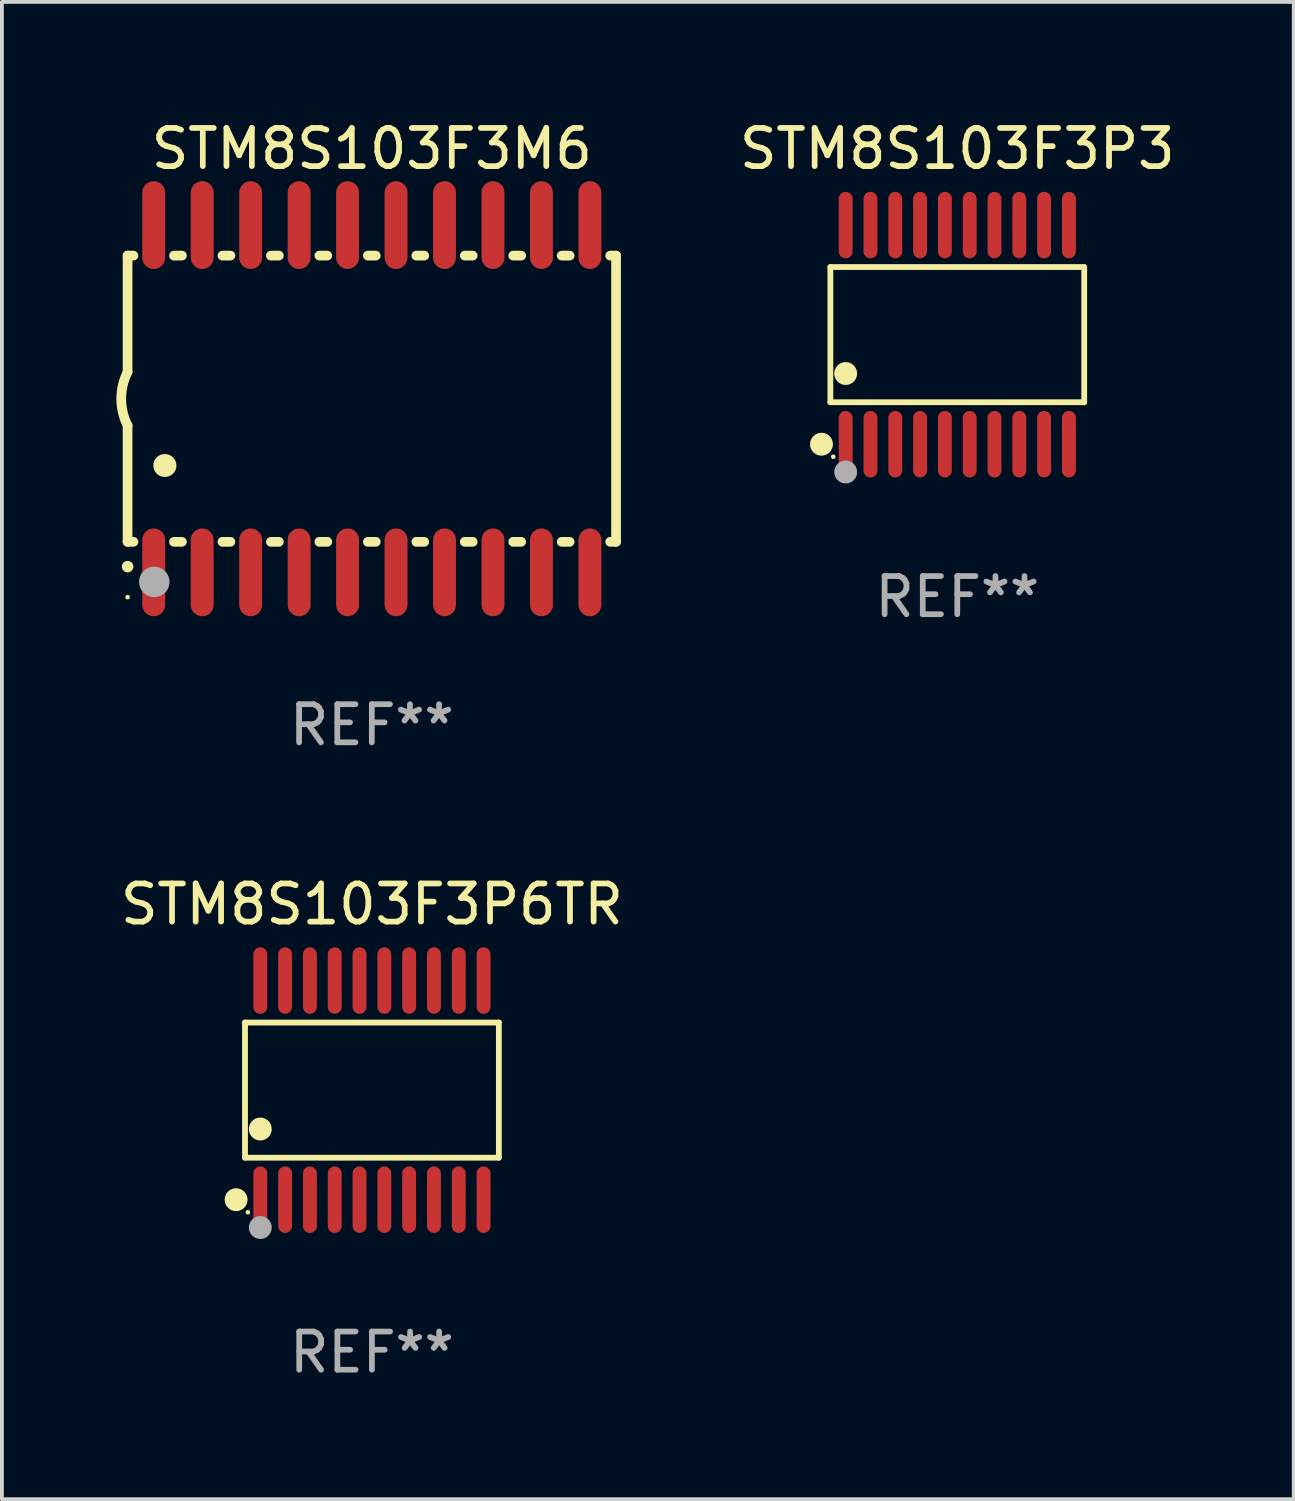
<source format=kicad_pcb>
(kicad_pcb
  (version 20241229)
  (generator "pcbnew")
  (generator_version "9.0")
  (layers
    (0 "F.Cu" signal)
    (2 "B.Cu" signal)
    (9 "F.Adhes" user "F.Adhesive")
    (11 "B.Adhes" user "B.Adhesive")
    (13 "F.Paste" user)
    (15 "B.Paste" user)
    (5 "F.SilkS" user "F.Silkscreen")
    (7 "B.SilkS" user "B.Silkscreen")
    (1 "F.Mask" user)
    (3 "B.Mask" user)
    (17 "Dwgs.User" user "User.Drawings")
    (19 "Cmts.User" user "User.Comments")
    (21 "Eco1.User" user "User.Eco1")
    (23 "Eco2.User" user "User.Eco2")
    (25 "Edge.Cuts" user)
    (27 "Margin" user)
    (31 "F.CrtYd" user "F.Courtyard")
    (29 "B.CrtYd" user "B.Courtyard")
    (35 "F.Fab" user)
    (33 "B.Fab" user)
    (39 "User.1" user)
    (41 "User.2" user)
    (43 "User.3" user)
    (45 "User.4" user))
  (footprint "STM8S103F3P6TR"
    (layer "F.Cu")
    (at 6.696 25.516)
    (property "Reference" "STM8S103F3P6TR" (at 0 -4.871 0) (layer "F.SilkS") (effects (font (size 1 1) (thickness 0.15))))
    (attr through_hole)
    (fp_line (start -3.326 -1.771) (end 3.326 -1.771) (stroke (width 0.152) (type solid)) (layer "F.SilkS"))
    (fp_line (start -3.326 1.771) (end -3.326 -1.771) (stroke (width 0.152) (type solid)) (layer "F.SilkS"))
    (fp_line (start 3.326 -1.771) (end 3.326 1.771) (stroke (width 0.152) (type solid)) (layer "F.SilkS"))
    (fp_line (start 3.326 1.771) (end -3.326 1.771) (stroke (width 0.152) (type solid)) (layer "F.SilkS"))
    (fp_circle (center -3.559 2.871) (end -3.409 2.871) (stroke (width 0.3) (type solid)) (fill no) (layer "F.SilkS"))
    (fp_circle (center -3.25 3.2) (end -3.22 3.2) (stroke (width 0.06) (type solid)) (fill no) (layer "F.SilkS"))
    (fp_circle (center -2.925 1.019) (end -2.775 1.019) (stroke (width 0.3) (type solid)) (fill no) (layer "F.SilkS"))
    (fp_circle (center -2.925 3.6) (end -2.775 3.6) (stroke (width 0.3) (type solid)) (fill no) (layer "F.Fab"))
    (fp_text user "REF**" (at 0 6.871 0) (layer "F.Fab") (effects (font (size 1 1) (thickness 0.15))))
    (pad "1" smd oval (at -2.925 2.871) (size 0.364 1.742) (layers "F.Cu" "F.Mask" "F.Paste"))
    (pad "2" smd oval (at -2.275 2.871) (size 0.364 1.742) (layers "F.Cu" "F.Mask" "F.Paste"))
    (pad "3" smd oval (at -1.625 2.871) (size 0.364 1.742) (layers "F.Cu" "F.Mask" "F.Paste"))
    (pad "4" smd oval (at -0.975 2.871) (size 0.364 1.742) (layers "F.Cu" "F.Mask" "F.Paste"))
    (pad "5" smd oval (at -0.325 2.871) (size 0.364 1.742) (layers "F.Cu" "F.Mask" "F.Paste"))
    (pad "6" smd oval (at 0.325 2.871) (size 0.364 1.742) (layers "F.Cu" "F.Mask" "F.Paste"))
    (pad "7" smd oval (at 0.975 2.871) (size 0.364 1.742) (layers "F.Cu" "F.Mask" "F.Paste"))
    (pad "8" smd oval (at 1.625 2.871) (size 0.364 1.742) (layers "F.Cu" "F.Mask" "F.Paste"))
    (pad "9" smd oval (at 2.275 2.871) (size 0.364 1.742) (layers "F.Cu" "F.Mask" "F.Paste"))
    (pad "10" smd oval (at 2.925 2.871) (size 0.364 1.742) (layers "F.Cu" "F.Mask" "F.Paste"))
    (pad "11" smd oval (at 2.925 -2.871) (size 0.364 1.742) (layers "F.Cu" "F.Mask" "F.Paste"))
    (pad "12" smd oval (at 2.275 -2.871) (size 0.364 1.742) (layers "F.Cu" "F.Mask" "F.Paste"))
    (pad "13" smd oval (at 1.625 -2.871) (size 0.364 1.742) (layers "F.Cu" "F.Mask" "F.Paste"))
    (pad "14" smd oval (at 0.975 -2.871) (size 0.364 1.742) (layers "F.Cu" "F.Mask" "F.Paste"))
    (pad "15" smd oval (at 0.325 -2.871) (size 0.364 1.742) (layers "F.Cu" "F.Mask" "F.Paste"))
    (pad "16" smd oval (at -0.325 -2.871) (size 0.364 1.742) (layers "F.Cu" "F.Mask" "F.Paste"))
    (pad "17" smd oval (at -0.975 -2.871) (size 0.364 1.742) (layers "F.Cu" "F.Mask" "F.Paste"))
    (pad "18" smd oval (at -1.625 -2.871) (size 0.364 1.742) (layers "F.Cu" "F.Mask" "F.Paste"))
    (pad "19" smd oval (at -2.275 -2.871) (size 0.364 1.742) (layers "F.Cu" "F.Mask" "F.Paste"))
    (pad "20" smd oval (at -2.925 -2.871) (size 0.364 1.742) (layers "F.Cu" "F.Mask" "F.Paste")))
  (footprint "STM8S103F3M6"
    (layer "F.Cu")
    (at 6.693 7.398)
    (property "Reference" "STM8S103F3M6" (at 0 -6.55 0) (layer "F.SilkS") (effects (font (size 1 1) (thickness 0.15))))
    (attr through_hole)
    (fp_line (start -6.4 -3.75) (end -6.4 -0.7) (stroke (width 0.254) (type solid)) (layer "F.SilkS"))
    (fp_line (start -6.4 -3.75) (end -6.246 -3.75) (stroke (width 0.254) (type solid)) (layer "F.SilkS"))
    (fp_line (start -6.4 3.75) (end -6.4 0.7) (stroke (width 0.254) (type solid)) (layer "F.SilkS"))
    (fp_line (start -6.246 3.75) (end -6.4 3.75) (stroke (width 0.254) (type solid)) (layer "F.SilkS"))
    (fp_line (start -5.184 -3.75) (end -4.976 -3.75) (stroke (width 0.254) (type solid)) (layer "F.SilkS"))
    (fp_line (start -4.976 3.75) (end -5.184 3.75) (stroke (width 0.254) (type solid)) (layer "F.SilkS"))
    (fp_line (start -3.914 -3.75) (end -3.706 -3.75) (stroke (width 0.254) (type solid)) (layer "F.SilkS"))
    (fp_line (start -3.706 3.75) (end -3.914 3.75) (stroke (width 0.254) (type solid)) (layer "F.SilkS"))
    (fp_line (start -2.644 -3.75) (end -2.436 -3.75) (stroke (width 0.254) (type solid)) (layer "F.SilkS"))
    (fp_line (start -2.436 3.75) (end -2.644 3.75) (stroke (width 0.254) (type solid)) (layer "F.SilkS"))
    (fp_line (start -1.374 -3.75) (end -1.166 -3.75) (stroke (width 0.254) (type solid)) (layer "F.SilkS"))
    (fp_line (start -1.166 3.75) (end -1.374 3.75) (stroke (width 0.254) (type solid)) (layer "F.SilkS"))
    (fp_line (start -0.104 -3.75) (end 0.104 -3.75) (stroke (width 0.254) (type solid)) (layer "F.SilkS"))
    (fp_line (start 0.104 3.75) (end -0.104 3.75) (stroke (width 0.254) (type solid)) (layer "F.SilkS"))
    (fp_line (start 1.166 -3.75) (end 1.374 -3.75) (stroke (width 0.254) (type solid)) (layer "F.SilkS"))
    (fp_line (start 1.374 3.75) (end 1.166 3.75) (stroke (width 0.254) (type solid)) (layer "F.SilkS"))
    (fp_line (start 2.436 -3.75) (end 2.644 -3.75) (stroke (width 0.254) (type solid)) (layer "F.SilkS"))
    (fp_line (start 2.644 3.75) (end 2.436 3.75) (stroke (width 0.254) (type solid)) (layer "F.SilkS"))
    (fp_line (start 3.706 -3.75) (end 3.914 -3.75) (stroke (width 0.254) (type solid)) (layer "F.SilkS"))
    (fp_line (start 3.914 3.75) (end 3.706 3.75) (stroke (width 0.254) (type solid)) (layer "F.SilkS"))
    (fp_line (start 4.976 -3.75) (end 5.184 -3.75) (stroke (width 0.254) (type solid)) (layer "F.SilkS"))
    (fp_line (start 5.184 3.75) (end 4.976 3.75) (stroke (width 0.254) (type solid)) (layer "F.SilkS"))
    (fp_line (start 6.246 -3.75) (end 6.4 -3.75) (stroke (width 0.254) (type solid)) (layer "F.SilkS"))
    (fp_line (start 6.4 -3.75) (end 6.4 3.75) (stroke (width 0.254) (type solid)) (layer "F.SilkS"))
    (fp_line (start 6.4 3.75) (end 6.246 3.75) (stroke (width 0.254) (type solid)) (layer "F.SilkS"))
    (fp_arc (start -6.400812 0.701041) (mid -6.565912 0.000428) (end -6.400025 -0.7) (stroke (width 0.254001) (type solid)) (layer "F.SilkS"))
    (fp_arc (start -6.400025 4.4) (mid -6.398755 4.399995) (end -6.397485 4.4) (stroke (width 0.3) (type solid)) (layer "F.SilkS"))
    (fp_arc (start -5.425451 1.750064) (mid -5.422911 1.750053) (end -5.420371 1.750064) (stroke (width 0.6) (type solid)) (layer "F.SilkS"))
    (fp_circle (center -6.4 5.2) (end -6.37 5.2) (stroke (width 0.06) (type solid)) (fill no) (layer "F.SilkS"))
    (fp_circle (center -5.7 4.8) (end -5.5 4.8) (stroke (width 0.4) (type solid)) (fill no) (layer "F.Fab"))
    (fp_text user "REF**" (at 0 8.55 0) (layer "F.Fab") (effects (font (size 1 1) (thickness 0.15))))
    (pad "1" smd oval (at -5.715 4.55 180) (size 0.6 2.3) (layers "F.Cu" "F.Mask" "F.Paste"))
    (pad "2" smd oval (at -4.445 4.55 180) (size 0.6 2.3) (layers "F.Cu" "F.Mask" "F.Paste"))
    (pad "3" smd oval (at -3.175 4.55 180) (size 0.6 2.3) (layers "F.Cu" "F.Mask" "F.Paste"))
    (pad "4" smd oval (at -1.905 4.55 180) (size 0.6 2.3) (layers "F.Cu" "F.Mask" "F.Paste"))
    (pad "5" smd oval (at -0.635 4.55 180) (size 0.6 2.3) (layers "F.Cu" "F.Mask" "F.Paste"))
    (pad "6" smd oval (at 0.635 4.55 180) (size 0.6 2.3) (layers "F.Cu" "F.Mask" "F.Paste"))
    (pad "7" smd oval (at 1.905 4.55 180) (size 0.6 2.3) (layers "F.Cu" "F.Mask" "F.Paste"))
    (pad "8" smd oval (at 3.175 4.55 180) (size 0.6 2.3) (layers "F.Cu" "F.Mask" "F.Paste"))
    (pad "9" smd oval (at 4.445 4.55 180) (size 0.6 2.3) (layers "F.Cu" "F.Mask" "F.Paste"))
    (pad "10" smd oval (at 5.715 4.55 180) (size 0.6 2.3) (layers "F.Cu" "F.Mask" "F.Paste"))
    (pad "11" smd oval (at 5.715 -4.55 180) (size 0.6 2.3) (layers "F.Cu" "F.Mask" "F.Paste"))
    (pad "12" smd oval (at 4.445 -4.55 180) (size 0.6 2.3) (layers "F.Cu" "F.Mask" "F.Paste"))
    (pad "13" smd oval (at 3.175 -4.55 180) (size 0.6 2.3) (layers "F.Cu" "F.Mask" "F.Paste"))
    (pad "14" smd oval (at 1.905 -4.55 180) (size 0.6 2.3) (layers "F.Cu" "F.Mask" "F.Paste"))
    (pad "15" smd oval (at 0.635 -4.55 180) (size 0.6 2.3) (layers "F.Cu" "F.Mask" "F.Paste"))
    (pad "16" smd oval (at -0.635 -4.55 180) (size 0.6 2.3) (layers "F.Cu" "F.Mask" "F.Paste"))
    (pad "17" smd oval (at -1.905 -4.55 180) (size 0.6 2.3) (layers "F.Cu" "F.Mask" "F.Paste"))
    (pad "18" smd oval (at -3.175 -4.55 180) (size 0.6 2.3) (layers "F.Cu" "F.Mask" "F.Paste"))
    (pad "19" smd oval (at -4.445 -4.55 180) (size 0.6 2.3) (layers "F.Cu" "F.Mask" "F.Paste"))
    (pad "20" smd oval (at -5.715 -4.55 180) (size 0.6 2.3) (layers "F.Cu" "F.Mask" "F.Paste")))
  (footprint "STM8S103F3P3"
    (layer "F.Cu")
    (at 22.035 5.719)
    (property "Reference" "STM8S103F3P3" (at 0 -4.871 0) (layer "F.SilkS") (effects (font (size 1 1) (thickness 0.15))))
    (attr through_hole)
    (fp_line (start -3.326 -1.771) (end 3.326 -1.771) (stroke (width 0.152) (type solid)) (layer "F.SilkS"))
    (fp_line (start -3.326 1.771) (end -3.326 -1.771) (stroke (width 0.152) (type solid)) (layer "F.SilkS"))
    (fp_line (start 3.326 -1.771) (end 3.326 1.771) (stroke (width 0.152) (type solid)) (layer "F.SilkS"))
    (fp_line (start 3.326 1.771) (end -3.326 1.771) (stroke (width 0.152) (type solid)) (layer "F.SilkS"))
    (fp_circle (center -3.559 2.871) (end -3.409 2.871) (stroke (width 0.3) (type solid)) (fill no) (layer "F.SilkS"))
    (fp_circle (center -3.25 3.2) (end -3.22 3.2) (stroke (width 0.06) (type solid)) (fill no) (layer "F.SilkS"))
    (fp_circle (center -2.925 1.019) (end -2.775 1.019) (stroke (width 0.3) (type solid)) (fill no) (layer "F.SilkS"))
    (fp_circle (center -2.925 3.6) (end -2.775 3.6) (stroke (width 0.3) (type solid)) (fill no) (layer "F.Fab"))
    (fp_text user "REF**" (at 0 6.871 0) (layer "F.Fab") (effects (font (size 1 1) (thickness 0.15))))
    (pad "1" smd oval (at -2.925 2.871) (size 0.364 1.742) (layers "F.Cu" "F.Mask" "F.Paste"))
    (pad "2" smd oval (at -2.275 2.871) (size 0.364 1.742) (layers "F.Cu" "F.Mask" "F.Paste"))
    (pad "3" smd oval (at -1.625 2.871) (size 0.364 1.742) (layers "F.Cu" "F.Mask" "F.Paste"))
    (pad "4" smd oval (at -0.975 2.871) (size 0.364 1.742) (layers "F.Cu" "F.Mask" "F.Paste"))
    (pad "5" smd oval (at -0.325 2.871) (size 0.364 1.742) (layers "F.Cu" "F.Mask" "F.Paste"))
    (pad "6" smd oval (at 0.325 2.871) (size 0.364 1.742) (layers "F.Cu" "F.Mask" "F.Paste"))
    (pad "7" smd oval (at 0.975 2.871) (size 0.364 1.742) (layers "F.Cu" "F.Mask" "F.Paste"))
    (pad "8" smd oval (at 1.625 2.871) (size 0.364 1.742) (layers "F.Cu" "F.Mask" "F.Paste"))
    (pad "9" smd oval (at 2.275 2.871) (size 0.364 1.742) (layers "F.Cu" "F.Mask" "F.Paste"))
    (pad "10" smd oval (at 2.925 2.871) (size 0.364 1.742) (layers "F.Cu" "F.Mask" "F.Paste"))
    (pad "11" smd oval (at 2.925 -2.871) (size 0.364 1.742) (layers "F.Cu" "F.Mask" "F.Paste"))
    (pad "12" smd oval (at 2.275 -2.871) (size 0.364 1.742) (layers "F.Cu" "F.Mask" "F.Paste"))
    (pad "13" smd oval (at 1.625 -2.871) (size 0.364 1.742) (layers "F.Cu" "F.Mask" "F.Paste"))
    (pad "14" smd oval (at 0.975 -2.871) (size 0.364 1.742) (layers "F.Cu" "F.Mask" "F.Paste"))
    (pad "15" smd oval (at 0.325 -2.871) (size 0.364 1.742) (layers "F.Cu" "F.Mask" "F.Paste"))
    (pad "16" smd oval (at -0.325 -2.871) (size 0.364 1.742) (layers "F.Cu" "F.Mask" "F.Paste"))
    (pad "17" smd oval (at -0.975 -2.871) (size 0.364 1.742) (layers "F.Cu" "F.Mask" "F.Paste"))
    (pad "18" smd oval (at -1.625 -2.871) (size 0.364 1.742) (layers "F.Cu" "F.Mask" "F.Paste"))
    (pad "19" smd oval (at -2.275 -2.871) (size 0.364 1.742) (layers "F.Cu" "F.Mask" "F.Paste"))
    (pad "20" smd oval (at -2.925 -2.871) (size 0.364 1.742) (layers "F.Cu" "F.Mask" "F.Paste")))
  (gr_rect
    (start -3 -3)
    (end 30.851 36.235)
    (stroke (width 0.1) (type default))
    (fill no)
    (layer "Edge.Cuts")))
</source>
